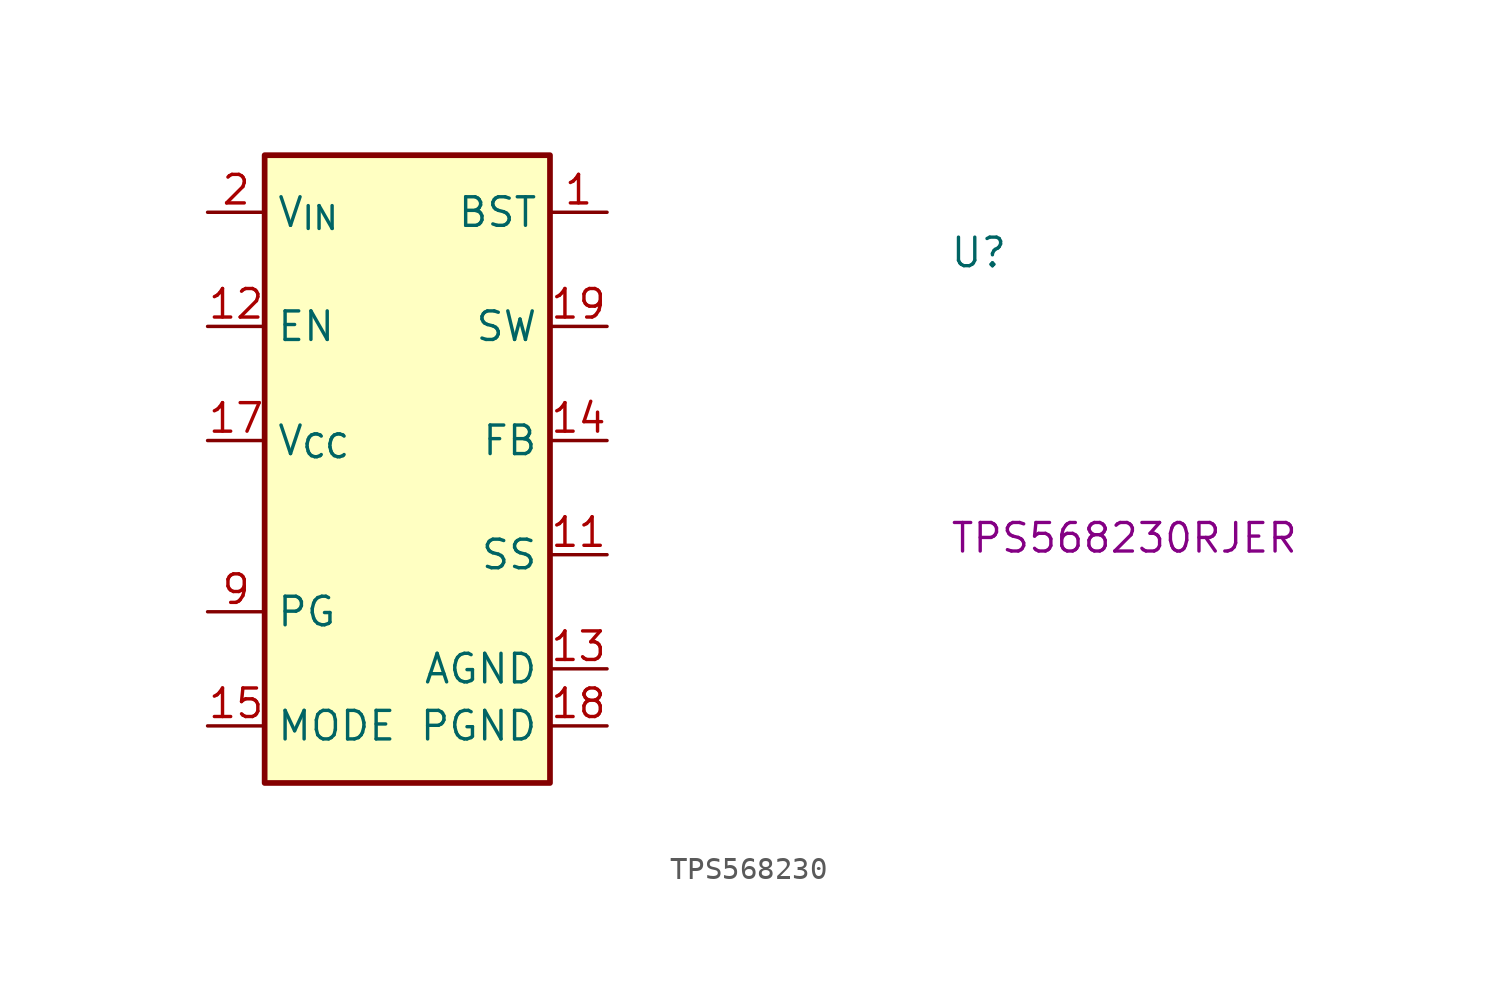
<source format=kicad_sym>
(kicad_symbol_lib
  (version 20220914)
  (generator kicad_symbol_editor)
  (symbol "TPS568230"
    (property "Reference" "U"
      (at 33.02 -2.54 0)
      (effects (font (size 1.27 1.27) (thickness 0.15)) (justify left bottom)))
    (property "MPN" "TPS568230RJER"
      (at 33.02 -15.24 0)
      (effects (font (size 1.27 1.27) (thickness 0.15)) (justify left bottom)))
    (symbol "TPS568230_1_1"
      (rectangle (start 2.54 2.54) (end 15.24 -25.4) (stroke (width 0.254) (type default)) (fill (type background)))
      (pin passive line (at 17.78 0 180) (length 2.54) (name "BST" (effects (font (size 1.27 1.27)))) (number "1" (effects (font (size 1.27 1.27)))))
      (pin no_connect line (at 15.24 -17.78 180) (length 2.54) hide (name "NC" (effects (font (size 1.27 1.27)))) (number "10" (effects (font (size 1.27 1.27)))))
      (pin passive line (at 17.78 -15.24 180) (length 2.54) (name "SS" (effects (font (size 1.27 1.27)))) (number "11" (effects (font (size 1.27 1.27)))))
      (pin passive line (at 0 -5.08 0) (length 2.54) (name "EN" (effects (font (size 1.27 1.27)))) (number "12" (effects (font (size 1.27 1.27)))))
      (pin passive line (at 17.78 -20.32 180) (length 2.54) (name "AGND" (effects (font (size 1.27 1.27)))) (number "13" (effects (font (size 1.27 1.27)))))
      (pin passive line (at 17.78 -10.16 180) (length 2.54) (name "FB" (effects (font (size 1.27 1.27)))) (number "14" (effects (font (size 1.27 1.27)))))
      (pin passive line (at 0 -22.86 0) (length 2.54) (name "MODE" (effects (font (size 1.27 1.27)))) (number "15" (effects (font (size 1.27 1.27)))))
      (pin no_connect line (at 15.24 -12.7 180) (length 2.54) hide (name "NC" (effects (font (size 1.27 1.27)))) (number "16" (effects (font (size 1.27 1.27)))))
      (pin passive line (at 0 -10.16 0) (length 2.54) (name "V_{CC}" (effects (font (size 1.27 1.27)))) (number "17" (effects (font (size 1.27 1.27)))))
      (pin passive line (at 17.78 -22.86 180) (length 2.54) (name "PGND" (effects (font (size 1.27 1.27)))) (number "18" (effects (font (size 1.27 1.27)))))
      (pin passive line (at 17.78 -5.08 180) (length 2.54) (name "SW" (effects (font (size 1.27 1.27)))) (number "19" (effects (font (size 1.27 1.27)))))
      (pin power_in line (at 0 0 0) (length 2.54) (name "V_{IN}" (effects (font (size 1.27 1.27)))) (number "2" (effects (font (size 1.27 1.27)))))
      (pin passive line (at 17.78 -5.08 180) (length 2.54) hide (name "SW" (effects (font (size 1.27 1.27)))) (number "20" (effects (font (size 1.27 1.27)))))
      (pin passive line (at 17.78 -22.86 180) (length 2.54) hide (name "PGND" (effects (font (size 1.27 1.27)))) (number "21" (effects (font (size 1.27 1.27)))))
      (pin passive line (at 0 0 0) (length 2.54) hide (name "V_{IN}" (effects (font (size 1.27 1.27)))) (number "3" (effects (font (size 1.27 1.27)))))
      (pin passive line (at 0 0 0) (length 2.54) hide (name "V_{IN}" (effects (font (size 1.27 1.27)))) (number "4" (effects (font (size 1.27 1.27)))))
      (pin passive line (at 0 0 0) (length 2.54) hide (name "V_{IN}" (effects (font (size 1.27 1.27)))) (number "5" (effects (font (size 1.27 1.27)))))
      (pin passive line (at 17.78 -5.08 180) (length 2.54) hide (name "SW" (effects (font (size 1.27 1.27)))) (number "6" (effects (font (size 1.27 1.27)))))
      (pin passive line (at 17.78 -22.86 180) (length 2.54) hide (name "PGND" (effects (font (size 1.27 1.27)))) (number "7" (effects (font (size 1.27 1.27)))))
      (pin passive line (at 17.78 -22.86 180) (length 2.54) hide (name "PGND" (effects (font (size 1.27 1.27)))) (number "8" (effects (font (size 1.27 1.27)))))
      (pin passive line (at 0 -17.78 0) (length 2.54) (name "PG" (effects (font (size 1.27 1.27)))) (number "9" (effects (font (size 1.27 1.27))))))))
</source>
